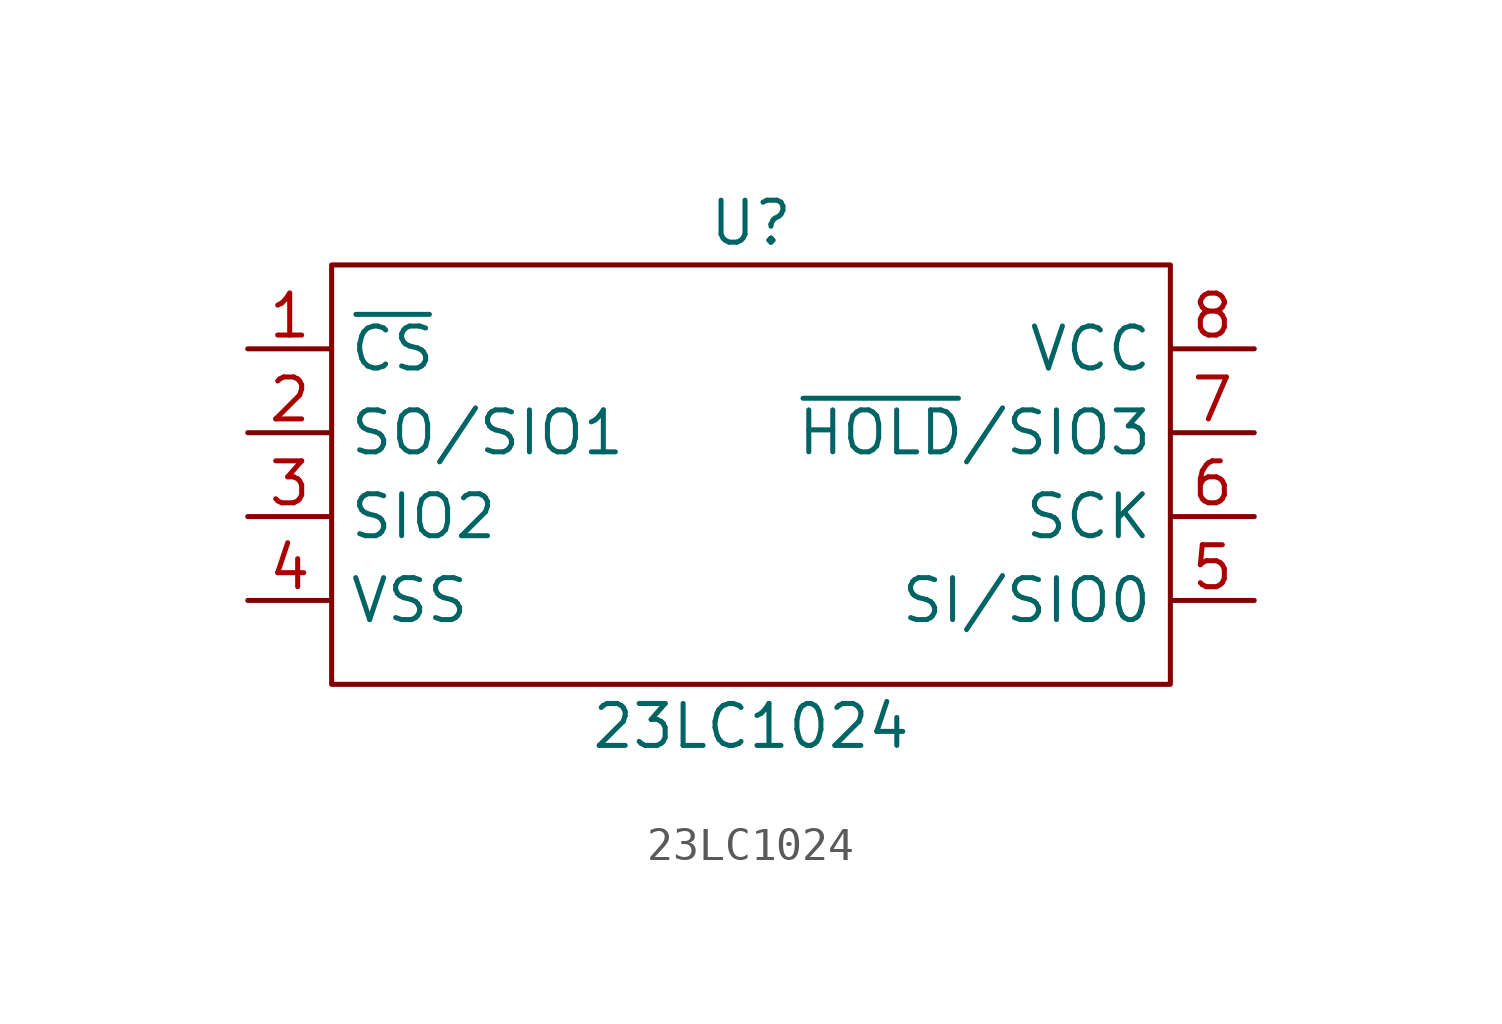
<source format=kicad_sym>
(kicad_symbol_lib
  (version 20211014)
  (generator kicad_symbol_editor)
  (symbol "23LC1024"
    (property "Reference" "U"
      (at 0 7.62 0)
      (effects (font (size 1.27 1.27))))
    (property "Value" "23LC1024"
      (at 0 -7.62 0)
      (effects (font (size 1.27 1.27))))
    (symbol "23LC1024_0_1"
      (rectangle (start -12.7 6.35) (end 12.7 -6.35) (stroke (width 0) (type default) (color 0 0 0 0)) (fill (type none))))
    (symbol "23LC1024_1_1"
      (pin input line (at -15.24 3.81 0) (length 2.54) (name "~{CS}" (effects (font (size 1.27 1.27)))) (number "1" (effects (font (size 1.27 1.27)))))
      (pin bidirectional line (at -15.24 1.27 0) (length 2.54) (name "SO/SIO1" (effects (font (size 1.27 1.27)))) (number "2" (effects (font (size 1.27 1.27)))))
      (pin bidirectional line (at -15.24 -1.27 0) (length 2.54) (name "SIO2" (effects (font (size 1.27 1.27)))) (number "3" (effects (font (size 1.27 1.27)))))
      (pin power_in line (at -15.24 -3.81 0) (length 2.54) (name "VSS" (effects (font (size 1.27 1.27)))) (number "4" (effects (font (size 1.27 1.27)))))
      (pin bidirectional line (at 15.24 -3.81 180) (length 2.54) (name "SI/SIO0" (effects (font (size 1.27 1.27)))) (number "5" (effects (font (size 1.27 1.27)))))
      (pin input line (at 15.24 -1.27 180) (length 2.54) (name "SCK" (effects (font (size 1.27 1.27)))) (number "6" (effects (font (size 1.27 1.27)))))
      (pin bidirectional line (at 15.24 1.27 180) (length 2.54) (name "~{HOLD}/SIO3" (effects (font (size 1.27 1.27)))) (number "7" (effects (font (size 1.27 1.27)))))
      (pin power_in line (at 15.24 3.81 180) (length 2.54) (name "VCC" (effects (font (size 1.27 1.27)))) (number "8" (effects (font (size 1.27 1.27))))))))
</source>
